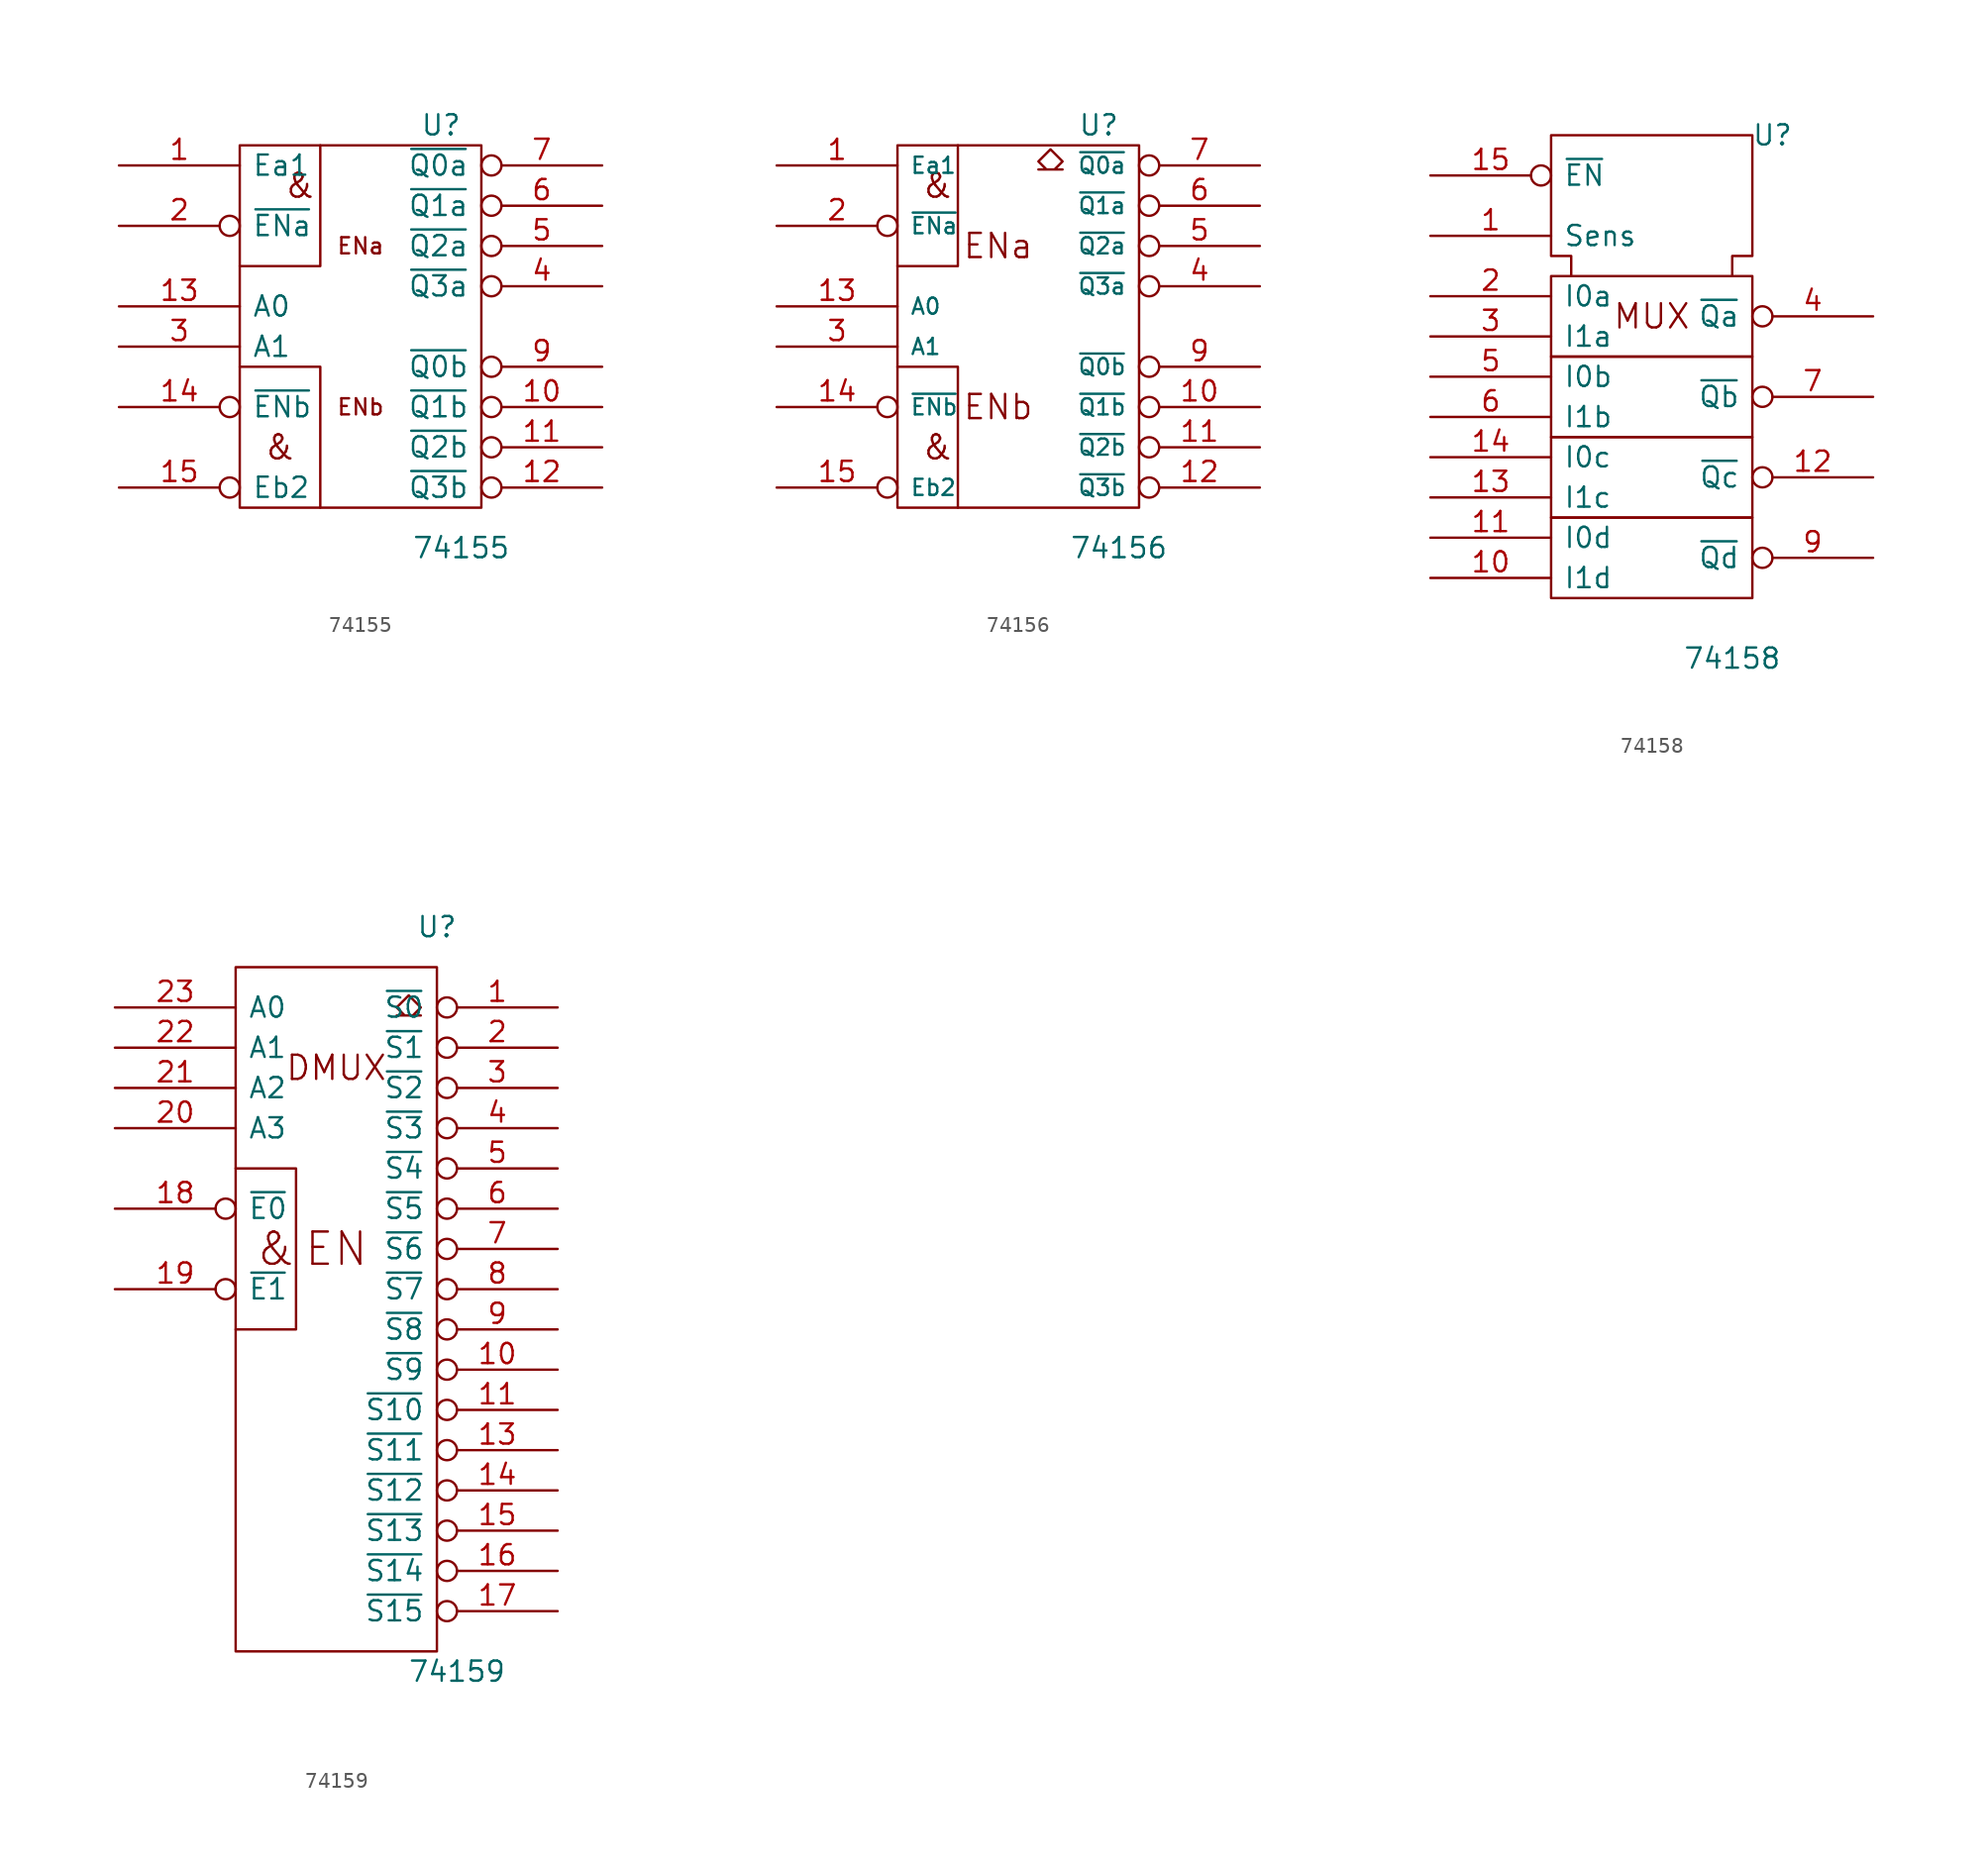
<source format=kicad_sym>
(kicad_symbol_lib
  (version 20201005)
  (generator kicad_symbol_editor)
  (symbol "74xx_IEEE:74155"
    (pin_names
      (offset 0.762))
    (property "Reference" "U"
      (at 5.08 12.7 0)
      (effects (font (size 1.27 1.27))))
    (property "Value" "74155"
      (at 6.35 -13.97 0)
      (effects (font (size 1.27 1.27))))
    (symbol "74155_0_0"
      (text "&" (at -5.08 -7.62 0) (effects (font (size 1.524 1.524))))
      (text "&" (at -3.81 8.89 0) (effects (font (size 1.524 1.524))))
      (text "ENa" (at 0 5.08 0) (effects (font (size 1.016 1.016))))
      (text "ENb" (at 0 -5.08 0) (effects (font (size 1.016 1.016))))
      (rectangle (start -7.62 11.43) (end 7.62 -11.43) (stroke (width 0)) (fill (type none)))
      (polyline (pts (xy -7.62 -2.54) (xy -2.54 -2.54) (xy -2.54 -11.43) (xy -2.54 -11.43)) (stroke (width 0)) (fill (type none)))
      (polyline (pts (xy -7.62 3.81) (xy -2.54 3.81) (xy -2.54 11.43) (xy -2.54 11.43)) (stroke (width 0)) (fill (type none)))
      (pin power_in line (at 0 11.43 270) (length 0) hide (name "VCC" (effects (font (size 1.27 1.27)))) (number "16" (effects (font (size 1.27 1.27)))))
      (pin power_in line (at 0 -11.43 90) (length 0) hide (name "GND" (effects (font (size 1.27 1.27)))) (number "8" (effects (font (size 1.27 1.27))))))
    (symbol "74155_1_1"
      (pin input line (at -15.24 10.16 0) (length 7.62) (name "Ea1" (effects (font (size 1.27 1.27)))) (number "1" (effects (font (size 1.27 1.27)))))
      (pin output inverted (at 15.24 -5.08 180) (length 7.62) (name "~Q1b" (effects (font (size 1.27 1.27)))) (number "10" (effects (font (size 1.27 1.27)))))
      (pin output inverted (at 15.24 -7.62 180) (length 7.62) (name "~Q2b" (effects (font (size 1.27 1.27)))) (number "11" (effects (font (size 1.27 1.27)))))
      (pin output inverted (at 15.24 -10.16 180) (length 7.62) (name "~Q3b" (effects (font (size 1.27 1.27)))) (number "12" (effects (font (size 1.27 1.27)))))
      (pin input line (at -15.24 1.27 0) (length 7.62) (name "A0" (effects (font (size 1.27 1.27)))) (number "13" (effects (font (size 1.27 1.27)))))
      (pin input inverted (at -15.24 -5.08 0) (length 7.62) (name "~ENb" (effects (font (size 1.27 1.27)))) (number "14" (effects (font (size 1.27 1.27)))))
      (pin input inverted (at -15.24 -10.16 0) (length 7.62) (name "Eb2" (effects (font (size 1.27 1.27)))) (number "15" (effects (font (size 1.27 1.27)))))
      (pin input inverted (at -15.24 6.35 0) (length 7.62) (name "~ENa" (effects (font (size 1.27 1.27)))) (number "2" (effects (font (size 1.27 1.27)))))
      (pin input line (at -15.24 -1.27 0) (length 7.62) (name "A1" (effects (font (size 1.27 1.27)))) (number "3" (effects (font (size 1.27 1.27)))))
      (pin output inverted (at 15.24 2.54 180) (length 7.62) (name "~Q3a" (effects (font (size 1.27 1.27)))) (number "4" (effects (font (size 1.27 1.27)))))
      (pin output inverted (at 15.24 5.08 180) (length 7.62) (name "~Q2a" (effects (font (size 1.27 1.27)))) (number "5" (effects (font (size 1.27 1.27)))))
      (pin output inverted (at 15.24 7.62 180) (length 7.62) (name "~Q1a" (effects (font (size 1.27 1.27)))) (number "6" (effects (font (size 1.27 1.27)))))
      (pin output inverted (at 15.24 10.16 180) (length 7.62) (name "~Q0a" (effects (font (size 1.27 1.27)))) (number "7" (effects (font (size 1.27 1.27)))))
      (pin output inverted (at 15.24 -2.54 180) (length 7.62) (name "~Q0b" (effects (font (size 1.27 1.27)))) (number "9" (effects (font (size 1.27 1.27)))))))
  (symbol "74xx_IEEE:74156"
    (pin_names
      (offset 0.762))
    (property "Reference" "U"
      (at 5.08 12.7 0)
      (effects (font (size 1.27 1.27))))
    (property "Value" "74156"
      (at 6.35 -13.97 0)
      (effects (font (size 1.27 1.27))))
    (symbol "74156_0_0"
      (text "&" (at -5.08 -7.62 0) (effects (font (size 1.524 1.524))))
      (text "&" (at -5.08 8.89 0) (effects (font (size 1.524 1.524))))
      (text "ENa" (at -1.27 5.08 0) (effects (font (size 1.524 1.524))))
      (text "ENb" (at -1.27 -5.08 0) (effects (font (size 1.524 1.524))))
      (rectangle (start -7.62 11.43) (end 7.62 -11.43) (stroke (width 0)) (fill (type none)))
      (polyline (pts (xy -7.62 -2.54) (xy -3.81 -2.54) (xy -3.81 -11.43) (xy -3.81 -11.43)) (stroke (width 0)) (fill (type none)))
      (polyline (pts (xy -3.81 11.43) (xy -3.81 3.81) (xy -7.62 3.81) (xy -7.62 3.81)) (stroke (width 0)) (fill (type none)))
      (polyline (pts (xy 2.032 11.176) (xy 2.794 10.414) (xy 2.286 9.906) (xy 2.794 9.906) (xy 1.27 9.906) (xy 1.778 9.906) (xy 1.27 10.414) (xy 2.032 11.176) (xy 2.032 11.176)) (stroke (width 0)) (fill (type none)))
      (pin power_in line (at 0 11.43 270) (length 0) hide (name "VCC" (effects (font (size 1.016 1.016)))) (number "16" (effects (font (size 1.27 1.27)))))
      (pin power_in line (at 0 -11.43 90) (length 0) hide (name "GND" (effects (font (size 1.016 1.016)))) (number "8" (effects (font (size 1.27 1.27))))))
    (symbol "74156_1_1"
      (pin input line (at -15.24 10.16 0) (length 7.62) (name "Ea1" (effects (font (size 1.016 1.016)))) (number "1" (effects (font (size 1.27 1.27)))))
      (pin open_collector inverted (at 15.24 -5.08 180) (length 7.62) (name "~Q1b" (effects (font (size 1.016 1.016)))) (number "10" (effects (font (size 1.27 1.27)))))
      (pin open_collector inverted (at 15.24 -7.62 180) (length 7.62) (name "~Q2b" (effects (font (size 1.016 1.016)))) (number "11" (effects (font (size 1.27 1.27)))))
      (pin open_collector inverted (at 15.24 -10.16 180) (length 7.62) (name "~Q3b" (effects (font (size 1.016 1.016)))) (number "12" (effects (font (size 1.27 1.27)))))
      (pin input line (at -15.24 1.27 0) (length 7.62) (name "A0" (effects (font (size 1.016 1.016)))) (number "13" (effects (font (size 1.27 1.27)))))
      (pin input inverted (at -15.24 -5.08 0) (length 7.62) (name "~ENb" (effects (font (size 1.016 1.016)))) (number "14" (effects (font (size 1.27 1.27)))))
      (pin input inverted (at -15.24 -10.16 0) (length 7.62) (name "Eb2" (effects (font (size 1.016 1.016)))) (number "15" (effects (font (size 1.27 1.27)))))
      (pin input inverted (at -15.24 6.35 0) (length 7.62) (name "~ENa" (effects (font (size 1.016 1.016)))) (number "2" (effects (font (size 1.27 1.27)))))
      (pin input line (at -15.24 -1.27 0) (length 7.62) (name "A1" (effects (font (size 1.016 1.016)))) (number "3" (effects (font (size 1.27 1.27)))))
      (pin open_collector inverted (at 15.24 2.54 180) (length 7.62) (name "~Q3a" (effects (font (size 1.016 1.016)))) (number "4" (effects (font (size 1.27 1.27)))))
      (pin open_collector inverted (at 15.24 5.08 180) (length 7.62) (name "~Q2a" (effects (font (size 1.016 1.016)))) (number "5" (effects (font (size 1.27 1.27)))))
      (pin open_collector inverted (at 15.24 7.62 180) (length 7.62) (name "~Q1a" (effects (font (size 1.016 1.016)))) (number "6" (effects (font (size 1.27 1.27)))))
      (pin open_collector inverted (at 15.24 10.16 180) (length 7.62) (name "~Q0a" (effects (font (size 1.016 1.016)))) (number "7" (effects (font (size 1.27 1.27)))))
      (pin open_collector inverted (at 15.24 -2.54 180) (length 7.62) (name "~Q0b" (effects (font (size 1.016 1.016)))) (number "9" (effects (font (size 1.27 1.27)))))))
  (symbol "74xx_IEEE:74158"
    (pin_names
      (offset 0.762))
    (property "Reference" "U"
      (at 7.62 24.13 0)
      (effects (font (size 1.27 1.27))))
    (property "Value" "74158"
      (at 5.08 -8.89 0)
      (effects (font (size 1.27 1.27))))
    (symbol "74158_0_0"
      (text "MUX" (at 0 12.7 0) (effects (font (size 1.524 1.524))))
      (rectangle (start -6.35 0) (end 6.35 -5.08) (stroke (width 0)) (fill (type none)))
      (rectangle (start -6.35 5.08) (end 6.35 0) (stroke (width 0)) (fill (type none)))
      (rectangle (start -6.35 10.16) (end 6.35 5.08) (stroke (width 0)) (fill (type none)))
      (rectangle (start -6.35 15.24) (end 6.35 10.16) (stroke (width 0)) (fill (type none)))
      (polyline (pts (xy -5.08 15.24) (xy -5.08 16.51) (xy -6.35 16.51) (xy -6.35 24.13) (xy 6.35 24.13) (xy 6.35 16.51) (xy 5.08 16.51) (xy 5.08 15.24) (xy 5.08 15.24)) (stroke (width 0)) (fill (type none)))
      (pin power_in line (at 3.81 24.13 270) (length 0) hide (name "VCC" (effects (font (size 1.27 1.27)))) (number "16" (effects (font (size 1.27 1.27)))))
      (pin power_in line (at 0 24.13 270) (length 0) hide (name "GND" (effects (font (size 1.27 1.27)))) (number "8" (effects (font (size 1.27 1.27))))))
    (symbol "74158_1_1"
      (pin input line (at -13.97 17.78 0) (length 7.62) (name "Sens" (effects (font (size 1.27 1.27)))) (number "1" (effects (font (size 1.27 1.27)))))
      (pin input line (at -13.97 -3.81 0) (length 7.62) (name "I1d" (effects (font (size 1.27 1.27)))) (number "10" (effects (font (size 1.27 1.27)))))
      (pin input line (at -13.97 -1.27 0) (length 7.62) (name "I0d" (effects (font (size 1.27 1.27)))) (number "11" (effects (font (size 1.27 1.27)))))
      (pin output inverted (at 13.97 2.54 180) (length 7.62) (name "~Qc" (effects (font (size 1.27 1.27)))) (number "12" (effects (font (size 1.27 1.27)))))
      (pin input line (at -13.97 1.27 0) (length 7.62) (name "I1c" (effects (font (size 1.27 1.27)))) (number "13" (effects (font (size 1.27 1.27)))))
      (pin input line (at -13.97 3.81 0) (length 7.62) (name "I0c" (effects (font (size 1.27 1.27)))) (number "14" (effects (font (size 1.27 1.27)))))
      (pin input inverted (at -13.97 21.59 0) (length 7.62) (name "~EN" (effects (font (size 1.27 1.27)))) (number "15" (effects (font (size 1.27 1.27)))))
      (pin input line (at -13.97 13.97 0) (length 7.62) (name "I0a" (effects (font (size 1.27 1.27)))) (number "2" (effects (font (size 1.27 1.27)))))
      (pin input line (at -13.97 11.43 0) (length 7.62) (name "I1a" (effects (font (size 1.27 1.27)))) (number "3" (effects (font (size 1.27 1.27)))))
      (pin output inverted (at 13.97 12.7 180) (length 7.62) (name "~Qa" (effects (font (size 1.27 1.27)))) (number "4" (effects (font (size 1.27 1.27)))))
      (pin input line (at -13.97 8.89 0) (length 7.62) (name "I0b" (effects (font (size 1.27 1.27)))) (number "5" (effects (font (size 1.27 1.27)))))
      (pin input line (at -13.97 6.35 0) (length 7.62) (name "I1b" (effects (font (size 1.27 1.27)))) (number "6" (effects (font (size 1.27 1.27)))))
      (pin output inverted (at 13.97 7.62 180) (length 7.62) (name "~Qb" (effects (font (size 1.27 1.27)))) (number "7" (effects (font (size 1.27 1.27)))))
      (pin output inverted (at 13.97 -2.54 180) (length 7.62) (name "~Qd" (effects (font (size 1.27 1.27)))) (number "9" (effects (font (size 1.27 1.27)))))))
  (symbol "74xx_IEEE:74159"
    (pin_names
      (offset 0.762))
    (property "Reference" "U"
      (at 6.35 25.4 0)
      (effects (font (size 1.27 1.27))))
    (property "Value" "74159"
      (at 7.62 -21.59 0)
      (effects (font (size 1.27 1.27))))
    (symbol "74159_0_0"
      (text "&" (at -3.81 5.08 0) (effects (font (size 2.032 2.032))))
      (text "DMUX" (at 0 16.51 0) (effects (font (size 1.524 1.524))))
      (text "EN" (at 0 5.08 0) (effects (font (size 2.032 2.032))))
      (rectangle (start -6.35 22.86) (end 6.35 -20.32) (stroke (width 0)) (fill (type none)))
      (polyline (pts (xy -6.35 10.16) (xy -2.54 10.16) (xy -2.54 0) (xy -6.35 0) (xy -6.35 0)) (stroke (width 0)) (fill (type none)))
      (polyline (pts (xy 4.572 21.082) (xy 3.81 20.32) (xy 4.318 19.812) (xy 3.81 19.812) (xy 5.334 19.812) (xy 4.826 19.812) (xy 5.334 20.32) (xy 4.572 21.082) (xy 4.572 21.082)) (stroke (width 0)) (fill (type none)))
      (pin power_in line (at 0 -20.32 90) (length 0) hide (name "GND" (effects (font (size 1.27 1.27)))) (number "12" (effects (font (size 1.27 1.27)))))
      (pin power_in line (at 0 22.86 270) (length 0) hide (name "VCC" (effects (font (size 1.27 1.27)))) (number "24" (effects (font (size 1.27 1.27))))))
    (symbol "74159_1_1"
      (pin open_collector inverted (at 13.97 20.32 180) (length 7.62) (name "~S0" (effects (font (size 1.27 1.27)))) (number "1" (effects (font (size 1.27 1.27)))))
      (pin open_collector inverted (at 13.97 -2.54 180) (length 7.62) (name "~S9" (effects (font (size 1.27 1.27)))) (number "10" (effects (font (size 1.27 1.27)))))
      (pin open_collector inverted (at 13.97 -5.08 180) (length 7.62) (name "~S10" (effects (font (size 1.27 1.27)))) (number "11" (effects (font (size 1.27 1.27)))))
      (pin open_collector inverted (at 13.97 -7.62 180) (length 7.62) (name "~S11" (effects (font (size 1.27 1.27)))) (number "13" (effects (font (size 1.27 1.27)))))
      (pin open_collector inverted (at 13.97 -10.16 180) (length 7.62) (name "~S12" (effects (font (size 1.27 1.27)))) (number "14" (effects (font (size 1.27 1.27)))))
      (pin open_collector inverted (at 13.97 -12.7 180) (length 7.62) (name "~S13" (effects (font (size 1.27 1.27)))) (number "15" (effects (font (size 1.27 1.27)))))
      (pin open_collector inverted (at 13.97 -15.24 180) (length 7.62) (name "~S14" (effects (font (size 1.27 1.27)))) (number "16" (effects (font (size 1.27 1.27)))))
      (pin open_collector inverted (at 13.97 -17.78 180) (length 7.62) (name "~S15" (effects (font (size 1.27 1.27)))) (number "17" (effects (font (size 1.27 1.27)))))
      (pin input inverted (at -13.97 7.62 0) (length 7.62) (name "~E0" (effects (font (size 1.27 1.27)))) (number "18" (effects (font (size 1.27 1.27)))))
      (pin input inverted (at -13.97 2.54 0) (length 7.62) (name "~E1" (effects (font (size 1.27 1.27)))) (number "19" (effects (font (size 1.27 1.27)))))
      (pin open_collector inverted (at 13.97 17.78 180) (length 7.62) (name "~S1" (effects (font (size 1.27 1.27)))) (number "2" (effects (font (size 1.27 1.27)))))
      (pin input line (at -13.97 12.7 0) (length 7.62) (name "A3" (effects (font (size 1.27 1.27)))) (number "20" (effects (font (size 1.27 1.27)))))
      (pin input line (at -13.97 15.24 0) (length 7.62) (name "A2" (effects (font (size 1.27 1.27)))) (number "21" (effects (font (size 1.27 1.27)))))
      (pin input line (at -13.97 17.78 0) (length 7.62) (name "A1" (effects (font (size 1.27 1.27)))) (number "22" (effects (font (size 1.27 1.27)))))
      (pin input line (at -13.97 20.32 0) (length 7.62) (name "A0" (effects (font (size 1.27 1.27)))) (number "23" (effects (font (size 1.27 1.27)))))
      (pin open_collector inverted (at 13.97 15.24 180) (length 7.62) (name "~S2" (effects (font (size 1.27 1.27)))) (number "3" (effects (font (size 1.27 1.27)))))
      (pin open_collector inverted (at 13.97 12.7 180) (length 7.62) (name "~S3" (effects (font (size 1.27 1.27)))) (number "4" (effects (font (size 1.27 1.27)))))
      (pin open_collector inverted (at 13.97 10.16 180) (length 7.62) (name "~S4" (effects (font (size 1.27 1.27)))) (number "5" (effects (font (size 1.27 1.27)))))
      (pin open_collector inverted (at 13.97 7.62 180) (length 7.62) (name "~S5" (effects (font (size 1.27 1.27)))) (number "6" (effects (font (size 1.27 1.27)))))
      (pin open_collector inverted (at 13.97 5.08 180) (length 7.62) (name "~S6" (effects (font (size 1.27 1.27)))) (number "7" (effects (font (size 1.27 1.27)))))
      (pin open_collector inverted (at 13.97 2.54 180) (length 7.62) (name "~S7" (effects (font (size 1.27 1.27)))) (number "8" (effects (font (size 1.27 1.27)))))
      (pin open_collector inverted (at 13.97 0 180) (length 7.62) (name "~S8" (effects (font (size 1.27 1.27)))) (number "9" (effects (font (size 1.27 1.27))))))))
</source>
